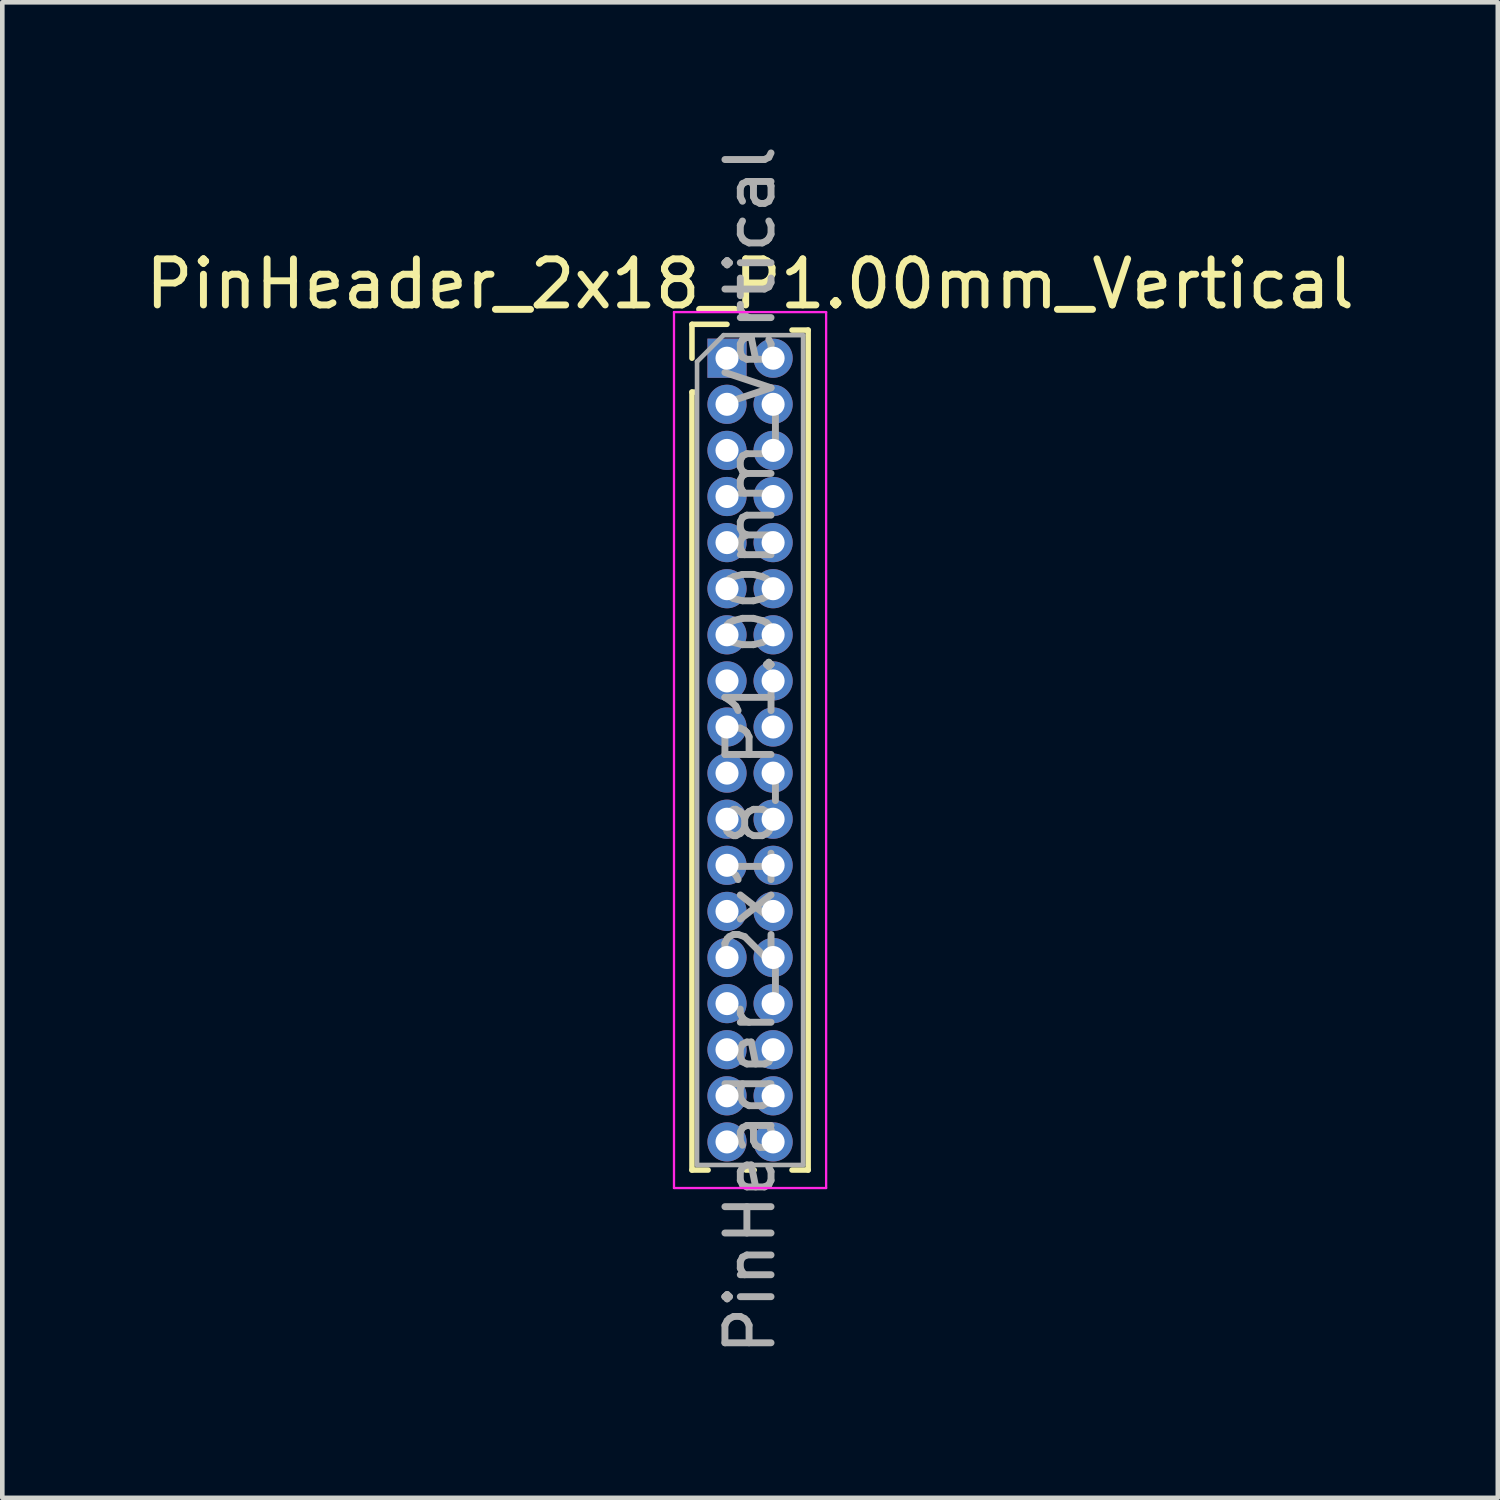
<source format=kicad_pcb>
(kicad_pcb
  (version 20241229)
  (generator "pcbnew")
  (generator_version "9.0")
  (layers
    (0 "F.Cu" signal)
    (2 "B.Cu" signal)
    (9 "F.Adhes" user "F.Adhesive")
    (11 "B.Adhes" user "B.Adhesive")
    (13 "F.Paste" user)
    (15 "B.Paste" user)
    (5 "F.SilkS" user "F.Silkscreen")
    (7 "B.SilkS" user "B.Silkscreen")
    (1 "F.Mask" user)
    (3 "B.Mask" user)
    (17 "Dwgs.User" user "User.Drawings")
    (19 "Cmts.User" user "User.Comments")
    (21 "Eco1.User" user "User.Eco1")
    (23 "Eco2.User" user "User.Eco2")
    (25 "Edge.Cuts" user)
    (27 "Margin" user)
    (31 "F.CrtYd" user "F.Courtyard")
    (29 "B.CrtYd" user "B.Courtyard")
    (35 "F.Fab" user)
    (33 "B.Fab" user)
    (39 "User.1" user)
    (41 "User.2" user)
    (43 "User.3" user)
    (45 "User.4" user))
  (footprint "PinHeader_2x18_P1.00mm_Vertical"
    (layer "F.Cu")
    (at 12.72 4.72)
    (property "Reference" "PinHeader_2x18_P1.00mm_Vertical" (at 0.5 -1.61 0) (layer "F.SilkS") (effects (font (size 1 1) (thickness 0.15))))
    (attr through_hole)
    (fp_line (start -0.76 -0.735) (end 0 -0.735) (stroke (width 0.12) (type solid)) (layer "F.SilkS"))
    (fp_line (start -0.76 0) (end -0.76 -0.735) (stroke (width 0.12) (type solid)) (layer "F.SilkS"))
    (fp_line (start -0.76 0.735) (end -0.76 17.61) (stroke (width 0.12) (type solid)) (layer "F.SilkS"))
    (fp_line (start -0.76 0.735) (end -0.686 0.735) (stroke (width 0.12) (type solid)) (layer "F.SilkS"))
    (fp_line (start -0.76 17.61) (end -0.41 17.61) (stroke (width 0.12) (type solid)) (layer "F.SilkS"))
    (fp_line (start 0.41 17.61) (end 0.59 17.61) (stroke (width 0.12) (type solid)) (layer "F.SilkS"))
    (fp_line (start 1.41 -0.61) (end 1.76 -0.61) (stroke (width 0.12) (type solid)) (layer "F.SilkS"))
    (fp_line (start 1.41 17.61) (end 1.76 17.61) (stroke (width 0.12) (type solid)) (layer "F.SilkS"))
    (fp_line (start 1.76 -0.61) (end 1.76 17.61) (stroke (width 0.12) (type solid)) (layer "F.SilkS"))
    (fp_line (start -1.15 -1) (end -1.15 18) (stroke (width 0.05) (type solid)) (layer "F.CrtYd"))
    (fp_line (start -1.15 18) (end 2.15 18) (stroke (width 0.05) (type solid)) (layer "F.CrtYd"))
    (fp_line (start 2.15 -1) (end -1.15 -1) (stroke (width 0.05) (type solid)) (layer "F.CrtYd"))
    (fp_line (start 2.15 18) (end 2.15 -1) (stroke (width 0.05) (type solid)) (layer "F.CrtYd"))
    (fp_line (start -0.65 0.075) (end -0.075 -0.5) (stroke (width 0.1) (type solid)) (layer "F.Fab"))
    (fp_line (start -0.65 17.5) (end -0.65 0.075) (stroke (width 0.1) (type solid)) (layer "F.Fab"))
    (fp_line (start -0.075 -0.5) (end 1.65 -0.5) (stroke (width 0.1) (type solid)) (layer "F.Fab"))
    (fp_line (start 1.65 -0.5) (end 1.65 17.5) (stroke (width 0.1) (type solid)) (layer "F.Fab"))
    (fp_line (start 1.65 17.5) (end -0.65 17.5) (stroke (width 0.1) (type solid)) (layer "F.Fab"))
    (fp_text user "${REFERENCE}" (at 0.5 8.5 90) (layer "F.Fab") (effects (font (size 1 1) (thickness 0.15))))
    (pad "1" thru_hole rect (at 0 0) (size 0.85 0.85) (drill 0.5) (layers "*.Cu" "*.Mask"))
    (pad "2" thru_hole circle (at 1 0) (size 0.85 0.85) (drill 0.5) (layers "*.Cu" "*.Mask"))
    (pad "3" thru_hole circle (at 0 1) (size 0.85 0.85) (drill 0.5) (layers "*.Cu" "*.Mask"))
    (pad "4" thru_hole circle (at 1 1) (size 0.85 0.85) (drill 0.5) (layers "*.Cu" "*.Mask"))
    (pad "5" thru_hole circle (at 0 2) (size 0.85 0.85) (drill 0.5) (layers "*.Cu" "*.Mask"))
    (pad "6" thru_hole circle (at 1 2) (size 0.85 0.85) (drill 0.5) (layers "*.Cu" "*.Mask"))
    (pad "7" thru_hole circle (at 0 3) (size 0.85 0.85) (drill 0.5) (layers "*.Cu" "*.Mask"))
    (pad "8" thru_hole circle (at 1 3) (size 0.85 0.85) (drill 0.5) (layers "*.Cu" "*.Mask"))
    (pad "9" thru_hole circle (at 0 4) (size 0.85 0.85) (drill 0.5) (layers "*.Cu" "*.Mask"))
    (pad "10" thru_hole circle (at 1 4) (size 0.85 0.85) (drill 0.5) (layers "*.Cu" "*.Mask"))
    (pad "11" thru_hole circle (at 0 5) (size 0.85 0.85) (drill 0.5) (layers "*.Cu" "*.Mask"))
    (pad "12" thru_hole circle (at 1 5) (size 0.85 0.85) (drill 0.5) (layers "*.Cu" "*.Mask"))
    (pad "13" thru_hole circle (at 0 6) (size 0.85 0.85) (drill 0.5) (layers "*.Cu" "*.Mask"))
    (pad "14" thru_hole circle (at 1 6) (size 0.85 0.85) (drill 0.5) (layers "*.Cu" "*.Mask"))
    (pad "15" thru_hole circle (at 0 7) (size 0.85 0.85) (drill 0.5) (layers "*.Cu" "*.Mask"))
    (pad "16" thru_hole circle (at 1 7) (size 0.85 0.85) (drill 0.5) (layers "*.Cu" "*.Mask"))
    (pad "17" thru_hole circle (at 0 8) (size 0.85 0.85) (drill 0.5) (layers "*.Cu" "*.Mask"))
    (pad "18" thru_hole circle (at 1 8) (size 0.85 0.85) (drill 0.5) (layers "*.Cu" "*.Mask"))
    (pad "19" thru_hole circle (at 0 9) (size 0.85 0.85) (drill 0.5) (layers "*.Cu" "*.Mask"))
    (pad "20" thru_hole circle (at 1 9) (size 0.85 0.85) (drill 0.5) (layers "*.Cu" "*.Mask"))
    (pad "21" thru_hole circle (at 0 10) (size 0.85 0.85) (drill 0.5) (layers "*.Cu" "*.Mask"))
    (pad "22" thru_hole circle (at 1 10) (size 0.85 0.85) (drill 0.5) (layers "*.Cu" "*.Mask"))
    (pad "23" thru_hole circle (at 0 11) (size 0.85 0.85) (drill 0.5) (layers "*.Cu" "*.Mask"))
    (pad "24" thru_hole circle (at 1 11) (size 0.85 0.85) (drill 0.5) (layers "*.Cu" "*.Mask"))
    (pad "25" thru_hole circle (at 0 12) (size 0.85 0.85) (drill 0.5) (layers "*.Cu" "*.Mask"))
    (pad "26" thru_hole circle (at 1 12) (size 0.85 0.85) (drill 0.5) (layers "*.Cu" "*.Mask"))
    (pad "27" thru_hole circle (at 0 13) (size 0.85 0.85) (drill 0.5) (layers "*.Cu" "*.Mask"))
    (pad "28" thru_hole circle (at 1 13) (size 0.85 0.85) (drill 0.5) (layers "*.Cu" "*.Mask"))
    (pad "29" thru_hole circle (at 0 14) (size 0.85 0.85) (drill 0.5) (layers "*.Cu" "*.Mask"))
    (pad "30" thru_hole circle (at 1 14) (size 0.85 0.85) (drill 0.5) (layers "*.Cu" "*.Mask"))
    (pad "31" thru_hole circle (at 0 15) (size 0.85 0.85) (drill 0.5) (layers "*.Cu" "*.Mask"))
    (pad "32" thru_hole circle (at 1 15) (size 0.85 0.85) (drill 0.5) (layers "*.Cu" "*.Mask"))
    (pad "33" thru_hole circle (at 0 16) (size 0.85 0.85) (drill 0.5) (layers "*.Cu" "*.Mask"))
    (pad "34" thru_hole circle (at 1 16) (size 0.85 0.85) (drill 0.5) (layers "*.Cu" "*.Mask"))
    (pad "35" thru_hole circle (at 0 17) (size 0.85 0.85) (drill 0.5) (layers "*.Cu" "*.Mask"))
    (pad "36" thru_hole circle (at 1 17) (size 0.85 0.85) (drill 0.5) (layers "*.Cu" "*.Mask")))
  (gr_rect
    (start -3 -3)
    (end 29.44 29.44)
    (stroke (width 0.1) (type default))
    (fill no)
    (layer "Edge.Cuts")))
</source>
